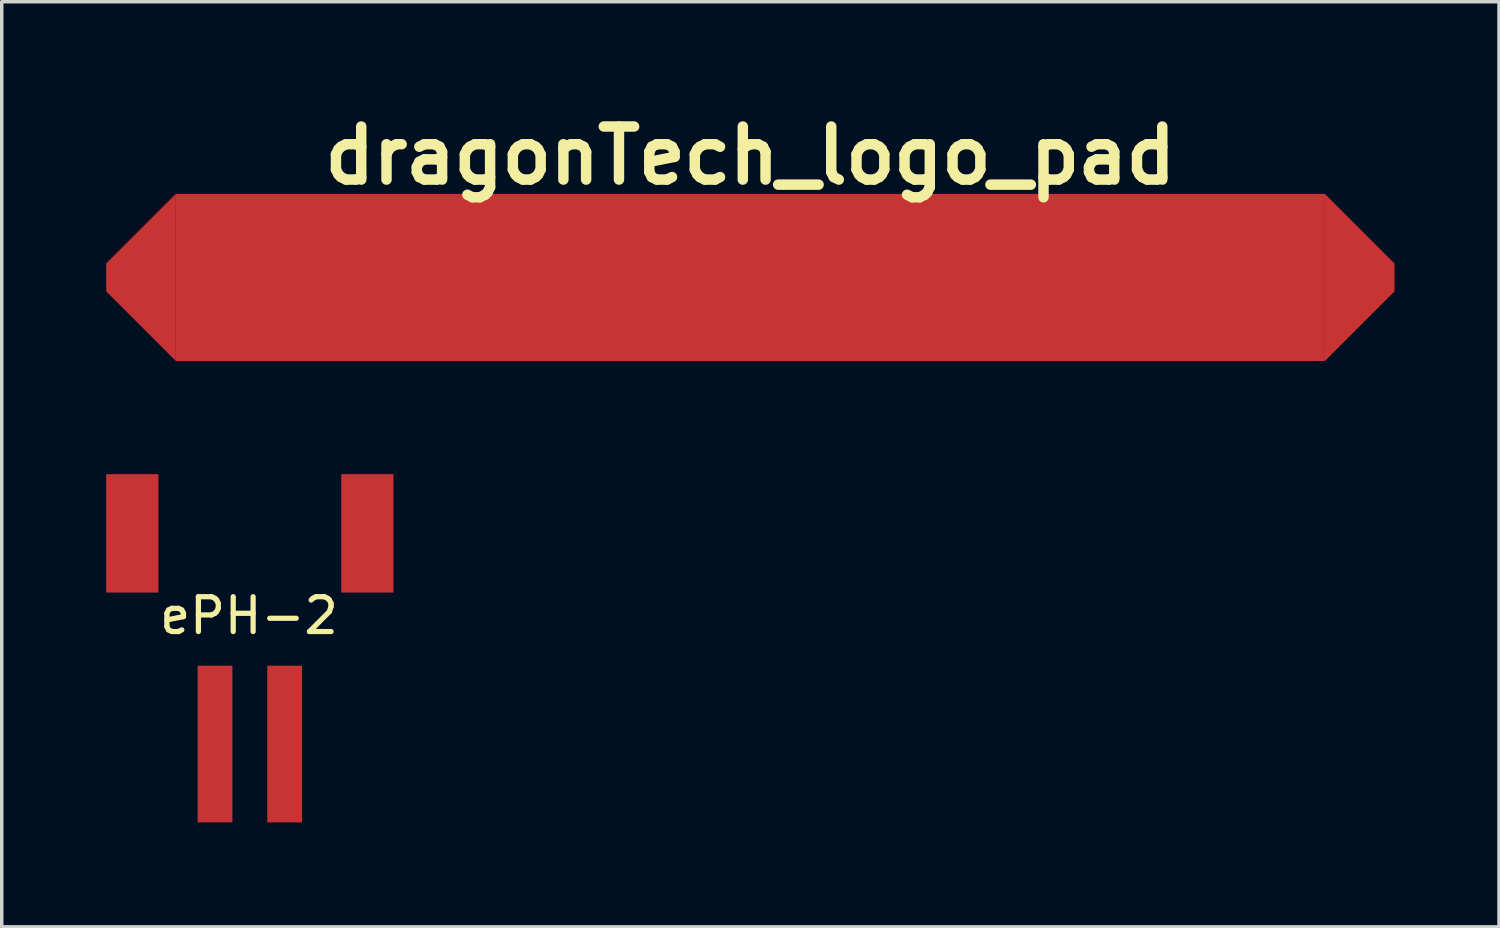
<source format=kicad_pcb>
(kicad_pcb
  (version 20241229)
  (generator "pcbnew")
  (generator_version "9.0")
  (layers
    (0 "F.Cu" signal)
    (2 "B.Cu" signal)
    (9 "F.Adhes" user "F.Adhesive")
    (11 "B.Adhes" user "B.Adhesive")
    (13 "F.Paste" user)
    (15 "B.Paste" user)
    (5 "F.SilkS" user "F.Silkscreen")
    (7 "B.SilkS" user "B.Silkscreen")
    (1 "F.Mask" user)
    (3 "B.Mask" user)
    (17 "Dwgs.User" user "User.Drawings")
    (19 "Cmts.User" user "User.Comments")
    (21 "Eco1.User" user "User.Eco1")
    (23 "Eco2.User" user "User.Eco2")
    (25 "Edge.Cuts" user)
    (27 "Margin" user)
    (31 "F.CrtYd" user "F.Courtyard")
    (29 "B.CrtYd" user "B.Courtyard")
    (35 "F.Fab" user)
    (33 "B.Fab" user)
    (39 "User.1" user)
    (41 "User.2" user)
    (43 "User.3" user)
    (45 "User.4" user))
  (footprint "ePH-2"
    (layer "F.Cu")
    (at 4.125 10.568)
    (property "Reference" "ePH-2" (at -0.025 4.064 0) (layer "F.SilkS") (effects (font (size 1 1) (thickness 0.15))))
    (attr through_hole)
    (pad "1" smd rect (at 1 7.75) (size 1 4.5) (layers "F.Cu" "F.Mask" "F.Paste"))
    (pad "2" smd rect (at -1 7.75) (size 1 4.5) (layers "F.Cu" "F.Mask" "F.Paste"))
    (pad "~" smd rect (at -3.375 1.7) (size 1.5 3.4) (layers "F.Cu" "F.Mask" "F.Paste"))
    (pad "~" smd rect (at 3.375 1.7) (size 1.5 3.4) (layers "F.Cu" "F.Mask" "F.Paste")))
  (footprint "dragonTech_logo_pad"
    (layer "F.Cu")
    (at 18.5 4.918)
    (property "Reference" "dragonTech_logo_pad" (at 0 -3.5 0) (layer "F.SilkS") (effects (font (size 1.524 1.524) (thickness 0.3))))
    (attr through_hole)
    (pad "~" smd trapezoid (at -17.5 0) (size 2 2.8) (rect_delta -2 0) (layers "F.Cu"))
    (pad "~" smd rect (at 0 0) (size 33 4.8) (layers "F.Cu"))
    (pad "~" smd trapezoid (at 17.5 0) (size 2 2.8) (rect_delta 2 0) (layers "F.Cu")))
  (gr_rect
    (start -3 -3)
    (end 40 23.568)
    (stroke (width 0.1) (type default))
    (fill no)
    (layer "Edge.Cuts")))
</source>
